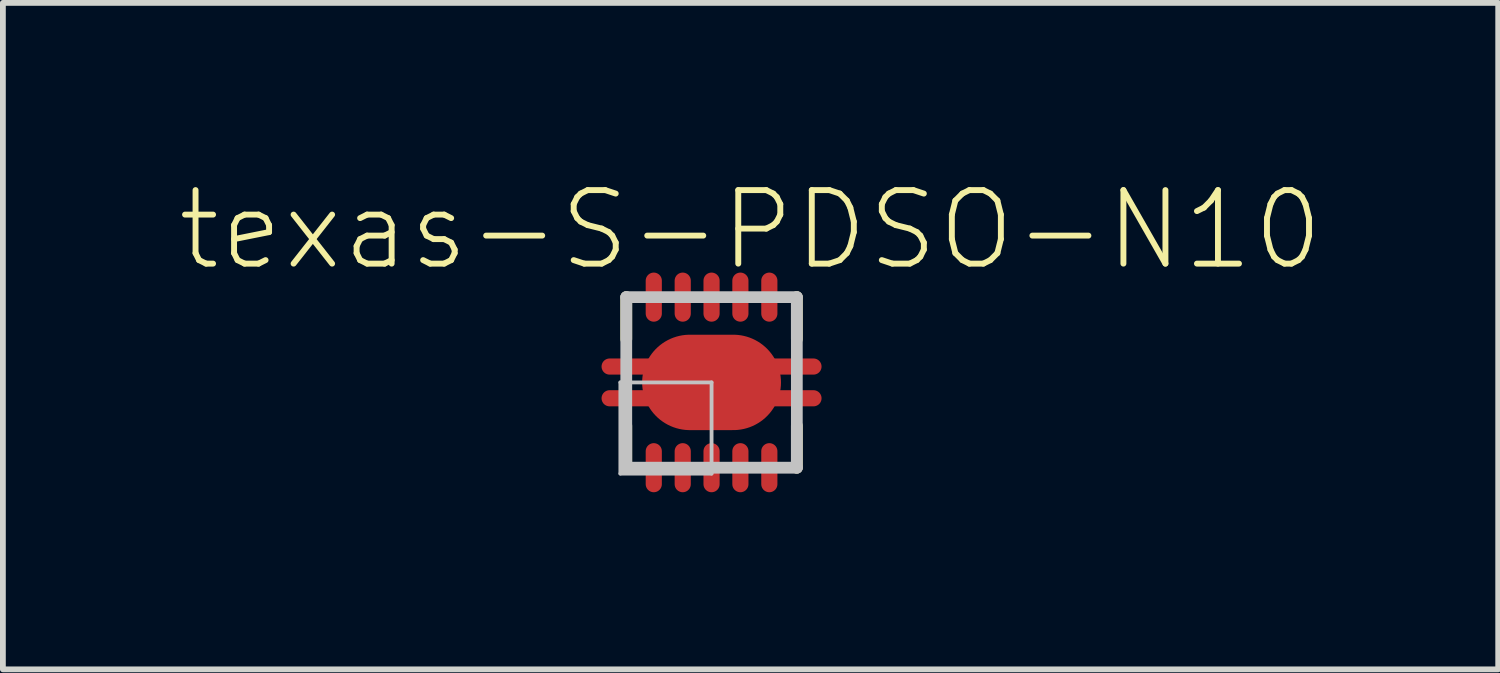
<source format=kicad_pcb>
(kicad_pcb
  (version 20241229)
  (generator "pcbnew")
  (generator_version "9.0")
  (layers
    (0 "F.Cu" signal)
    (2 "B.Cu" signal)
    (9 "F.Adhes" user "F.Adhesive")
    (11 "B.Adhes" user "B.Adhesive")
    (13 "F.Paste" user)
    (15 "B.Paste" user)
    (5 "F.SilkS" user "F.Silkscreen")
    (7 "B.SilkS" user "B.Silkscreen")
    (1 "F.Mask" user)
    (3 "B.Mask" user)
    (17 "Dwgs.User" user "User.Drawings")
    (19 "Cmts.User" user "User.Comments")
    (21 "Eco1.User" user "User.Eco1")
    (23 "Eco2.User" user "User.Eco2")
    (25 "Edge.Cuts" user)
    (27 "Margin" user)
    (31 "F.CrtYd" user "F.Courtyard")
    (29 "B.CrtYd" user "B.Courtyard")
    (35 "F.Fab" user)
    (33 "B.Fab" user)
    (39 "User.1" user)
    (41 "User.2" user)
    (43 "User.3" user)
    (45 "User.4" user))
  (footprint "texas-S-PDSO-N10"
    (layer "F.Cu")
    (at 9.24 3.555)
    (property "Reference" "texas-S-PDSO-N10" (at 0.673 -2.634 0) (layer "F.SilkS") (effects (font (size 1.27 1.27) (thickness 0.102))))
    (attr smd)
    (fp_line (start -1.923 -0.424) (end -1.323 -0.424) (stroke (width 0.066) (type solid)) (layer "F.Mask"))
    (fp_line (start -1.923 -0.124) (end -1.923 -0.424) (stroke (width 0.066) (type solid)) (layer "F.Mask"))
    (fp_line (start -1.923 -0.124) (end -1.323 -0.124) (stroke (width 0.066) (type solid)) (layer "F.Mask"))
    (fp_line (start -1.923 0.124) (end -1.323 0.124) (stroke (width 0.066) (type solid)) (layer "F.Mask"))
    (fp_line (start -1.923 0.424) (end -1.923 0.124) (stroke (width 0.066) (type solid)) (layer "F.Mask"))
    (fp_line (start -1.923 0.424) (end -1.323 0.424) (stroke (width 0.066) (type solid)) (layer "F.Mask"))
    (fp_line (start -1.323 -0.124) (end -1.323 -0.424) (stroke (width 0.066) (type solid)) (layer "F.Mask"))
    (fp_line (start -1.323 0.424) (end -1.323 0.124) (stroke (width 0.066) (type solid)) (layer "F.Mask"))
    (fp_line (start -1.224 -0.848) (end 1.224 -0.848) (stroke (width 0.066) (type solid)) (layer "F.Mask"))
    (fp_line (start -1.224 0.848) (end -1.224 -0.848) (stroke (width 0.066) (type solid)) (layer "F.Mask"))
    (fp_line (start -1.224 0.848) (end 1.224 0.848) (stroke (width 0.066) (type solid)) (layer "F.Mask"))
    (fp_line (start -1.173 -1.923) (end -0.823 -1.923) (stroke (width 0.066) (type solid)) (layer "F.Mask"))
    (fp_line (start -1.173 -1.163) (end -1.173 -1.923) (stroke (width 0.066) (type solid)) (layer "F.Mask"))
    (fp_line (start -1.173 -1.163) (end -0.823 -1.163) (stroke (width 0.066) (type solid)) (layer "F.Mask"))
    (fp_line (start -1.173 1.163) (end -0.823 1.163) (stroke (width 0.066) (type solid)) (layer "F.Mask"))
    (fp_line (start -1.173 1.923) (end -1.173 1.163) (stroke (width 0.066) (type solid)) (layer "F.Mask"))
    (fp_line (start -1.173 1.923) (end -0.823 1.923) (stroke (width 0.066) (type solid)) (layer "F.Mask"))
    (fp_line (start -0.823 -1.163) (end -0.823 -1.923) (stroke (width 0.066) (type solid)) (layer "F.Mask"))
    (fp_line (start -0.823 1.923) (end -0.823 1.163) (stroke (width 0.066) (type solid)) (layer "F.Mask"))
    (fp_line (start -0.673 -1.923) (end -0.323 -1.923) (stroke (width 0.066) (type solid)) (layer "F.Mask"))
    (fp_line (start -0.673 -1.163) (end -0.673 -1.923) (stroke (width 0.066) (type solid)) (layer "F.Mask"))
    (fp_line (start -0.673 -1.163) (end -0.323 -1.163) (stroke (width 0.066) (type solid)) (layer "F.Mask"))
    (fp_line (start -0.673 1.163) (end -0.323 1.163) (stroke (width 0.066) (type solid)) (layer "F.Mask"))
    (fp_line (start -0.673 1.923) (end -0.673 1.163) (stroke (width 0.066) (type solid)) (layer "F.Mask"))
    (fp_line (start -0.673 1.923) (end -0.323 1.923) (stroke (width 0.066) (type solid)) (layer "F.Mask"))
    (fp_line (start -0.323 -1.163) (end -0.323 -1.923) (stroke (width 0.066) (type solid)) (layer "F.Mask"))
    (fp_line (start -0.323 1.923) (end -0.323 1.163) (stroke (width 0.066) (type solid)) (layer "F.Mask"))
    (fp_line (start -0.173 -1.923) (end 0.173 -1.923) (stroke (width 0.066) (type solid)) (layer "F.Mask"))
    (fp_line (start -0.173 -1.163) (end -0.173 -1.923) (stroke (width 0.066) (type solid)) (layer "F.Mask"))
    (fp_line (start -0.173 -1.163) (end 0.173 -1.163) (stroke (width 0.066) (type solid)) (layer "F.Mask"))
    (fp_line (start -0.173 1.163) (end 0.173 1.163) (stroke (width 0.066) (type solid)) (layer "F.Mask"))
    (fp_line (start -0.173 1.923) (end -0.173 1.163) (stroke (width 0.066) (type solid)) (layer "F.Mask"))
    (fp_line (start -0.173 1.923) (end 0.173 1.923) (stroke (width 0.066) (type solid)) (layer "F.Mask"))
    (fp_line (start 0.173 -1.163) (end 0.173 -1.923) (stroke (width 0.066) (type solid)) (layer "F.Mask"))
    (fp_line (start 0.173 1.923) (end 0.173 1.163) (stroke (width 0.066) (type solid)) (layer "F.Mask"))
    (fp_line (start 0.323 -1.923) (end 0.673 -1.923) (stroke (width 0.066) (type solid)) (layer "F.Mask"))
    (fp_line (start 0.323 -1.163) (end 0.323 -1.923) (stroke (width 0.066) (type solid)) (layer "F.Mask"))
    (fp_line (start 0.323 -1.163) (end 0.673 -1.163) (stroke (width 0.066) (type solid)) (layer "F.Mask"))
    (fp_line (start 0.323 1.163) (end 0.673 1.163) (stroke (width 0.066) (type solid)) (layer "F.Mask"))
    (fp_line (start 0.323 1.923) (end 0.323 1.163) (stroke (width 0.066) (type solid)) (layer "F.Mask"))
    (fp_line (start 0.323 1.923) (end 0.673 1.923) (stroke (width 0.066) (type solid)) (layer "F.Mask"))
    (fp_line (start 0.673 -1.163) (end 0.673 -1.923) (stroke (width 0.066) (type solid)) (layer "F.Mask"))
    (fp_line (start 0.673 1.923) (end 0.673 1.163) (stroke (width 0.066) (type solid)) (layer "F.Mask"))
    (fp_line (start 0.823 -1.923) (end 1.173 -1.923) (stroke (width 0.066) (type solid)) (layer "F.Mask"))
    (fp_line (start 0.823 -1.163) (end 0.823 -1.923) (stroke (width 0.066) (type solid)) (layer "F.Mask"))
    (fp_line (start 0.823 -1.163) (end 1.173 -1.163) (stroke (width 0.066) (type solid)) (layer "F.Mask"))
    (fp_line (start 0.823 1.163) (end 1.173 1.163) (stroke (width 0.066) (type solid)) (layer "F.Mask"))
    (fp_line (start 0.823 1.923) (end 0.823 1.163) (stroke (width 0.066) (type solid)) (layer "F.Mask"))
    (fp_line (start 0.823 1.923) (end 1.173 1.923) (stroke (width 0.066) (type solid)) (layer "F.Mask"))
    (fp_line (start 1.173 -1.163) (end 1.173 -1.923) (stroke (width 0.066) (type solid)) (layer "F.Mask"))
    (fp_line (start 1.173 1.923) (end 1.173 1.163) (stroke (width 0.066) (type solid)) (layer "F.Mask"))
    (fp_line (start 1.224 0.848) (end 1.224 -0.848) (stroke (width 0.066) (type solid)) (layer "F.Mask"))
    (fp_line (start 1.323 -0.424) (end 1.923 -0.424) (stroke (width 0.066) (type solid)) (layer "F.Mask"))
    (fp_line (start 1.323 -0.124) (end 1.323 -0.424) (stroke (width 0.066) (type solid)) (layer "F.Mask"))
    (fp_line (start 1.323 -0.124) (end 1.923 -0.124) (stroke (width 0.066) (type solid)) (layer "F.Mask"))
    (fp_line (start 1.323 0.124) (end 1.923 0.124) (stroke (width 0.066) (type solid)) (layer "F.Mask"))
    (fp_line (start 1.323 0.424) (end 1.323 0.124) (stroke (width 0.066) (type solid)) (layer "F.Mask"))
    (fp_line (start 1.323 0.424) (end 1.923 0.424) (stroke (width 0.066) (type solid)) (layer "F.Mask"))
    (fp_line (start 1.923 -0.124) (end 1.923 -0.424) (stroke (width 0.066) (type solid)) (layer "F.Mask"))
    (fp_line (start 1.923 0.424) (end 1.923 0.124) (stroke (width 0.066) (type solid)) (layer "F.Mask"))
    (fp_circle (center -0.998 -1.163) (end -0.998 -1.336) (stroke (width 0.1) (type solid)) (fill no) (layer "F.Mask"))
    (fp_circle (center -0.998 1.163) (end -0.998 0.991) (stroke (width 0.1) (type solid)) (fill no) (layer "F.Mask"))
    (fp_circle (center -0.498 -1.163) (end -0.498 -1.336) (stroke (width 0.1) (type solid)) (fill no) (layer "F.Mask"))
    (fp_circle (center -0.498 1.163) (end -0.498 0.991) (stroke (width 0.1) (type solid)) (fill no) (layer "F.Mask"))
    (fp_circle (center 0 -1.163) (end 0 -1.336) (stroke (width 0.1) (type solid)) (fill no) (layer "F.Mask"))
    (fp_circle (center 0 1.163) (end 0 0.991) (stroke (width 0.1) (type solid)) (fill no) (layer "F.Mask"))
    (fp_circle (center 0.498 -1.163) (end 0.498 -1.336) (stroke (width 0.1) (type solid)) (fill no) (layer "F.Mask"))
    (fp_circle (center 0.498 1.163) (end 0.498 0.991) (stroke (width 0.1) (type solid)) (fill no) (layer "F.Mask"))
    (fp_circle (center 0.998 -1.163) (end 0.998 -1.336) (stroke (width 0.1) (type solid)) (fill no) (layer "F.Mask"))
    (fp_circle (center 0.998 1.163) (end 0.998 0.991) (stroke (width 0.1) (type solid)) (fill no) (layer "F.Mask"))
    (fp_line (start -1.473 -0.747) (end -1.473 -1.473) (stroke (width 0.203) (type solid)) (layer "F.SilkS"))
    (fp_line (start -1.473 1.473) (end -1.473 0.747) (stroke (width 0.203) (type solid)) (layer "F.SilkS"))
    (fp_line (start 1.473 -1.473) (end 1.473 -0.747) (stroke (width 0.203) (type solid)) (layer "F.SilkS"))
    (fp_line (start 1.473 0.747) (end 1.473 1.473) (stroke (width 0.203) (type solid)) (layer "F.SilkS"))
    (fp_line (start -1.9 -0.399) (end -1.323 -0.399) (stroke (width 0.066) (type solid)) (layer "F.Paste"))
    (fp_line (start -1.9 -0.15) (end -1.9 -0.399) (stroke (width 0.066) (type solid)) (layer "F.Paste"))
    (fp_line (start -1.9 -0.15) (end -1.323 -0.15) (stroke (width 0.066) (type solid)) (layer "F.Paste"))
    (fp_line (start -1.9 0.15) (end -1.323 0.15) (stroke (width 0.066) (type solid)) (layer "F.Paste"))
    (fp_line (start -1.9 0.399) (end -1.9 0.15) (stroke (width 0.066) (type solid)) (layer "F.Paste"))
    (fp_line (start -1.9 0.399) (end -1.323 0.399) (stroke (width 0.066) (type solid)) (layer "F.Paste"))
    (fp_line (start -1.323 -0.15) (end -1.323 -0.399) (stroke (width 0.066) (type solid)) (layer "F.Paste"))
    (fp_line (start -1.323 0.399) (end -1.323 0.15) (stroke (width 0.066) (type solid)) (layer "F.Paste"))
    (fp_line (start -1.173 -0.15) (end -0.15 -0.15) (stroke (width 0.066) (type solid)) (layer "F.Paste"))
    (fp_line (start -1.173 0.15) (end -0.15 0.15) (stroke (width 0.066) (type solid)) (layer "F.Paste"))
    (fp_line (start -0.841 -1.392) (end -0.841 -1.621) (stroke (width 0.066) (type solid)) (layer "F.Paste"))
    (fp_line (start -0.841 1.621) (end -0.841 1.392) (stroke (width 0.066) (type solid)) (layer "F.Paste"))
    (fp_line (start -0.655 -1.392) (end -0.655 -1.621) (stroke (width 0.066) (type solid)) (layer "F.Paste"))
    (fp_line (start -0.655 1.621) (end -0.655 1.392) (stroke (width 0.066) (type solid)) (layer "F.Paste"))
    (fp_line (start -0.34 -1.392) (end -0.34 -1.621) (stroke (width 0.066) (type solid)) (layer "F.Paste"))
    (fp_line (start -0.34 1.621) (end -0.34 1.392) (stroke (width 0.066) (type solid)) (layer "F.Paste"))
    (fp_line (start -0.157 -1.392) (end -0.157 -1.621) (stroke (width 0.066) (type solid)) (layer "F.Paste"))
    (fp_line (start -0.157 1.621) (end -0.157 1.392) (stroke (width 0.066) (type solid)) (layer "F.Paste"))
    (fp_line (start -0.15 -0.15) (end -0.15 -0.798) (stroke (width 0.066) (type solid)) (layer "F.Paste"))
    (fp_line (start -0.15 0.798) (end -0.15 0.15) (stroke (width 0.066) (type solid)) (layer "F.Paste"))
    (fp_line (start 0.15 -0.15) (end 0.15 -0.798) (stroke (width 0.066) (type solid)) (layer "F.Paste"))
    (fp_line (start 0.15 -0.15) (end 1.173 -0.15) (stroke (width 0.066) (type solid)) (layer "F.Paste"))
    (fp_line (start 0.15 0.15) (end 1.173 0.15) (stroke (width 0.066) (type solid)) (layer "F.Paste"))
    (fp_line (start 0.15 0.798) (end 0.15 0.15) (stroke (width 0.066) (type solid)) (layer "F.Paste"))
    (fp_line (start 0.157 -1.392) (end 0.157 -1.621) (stroke (width 0.066) (type solid)) (layer "F.Paste"))
    (fp_line (start 0.157 1.621) (end 0.157 1.392) (stroke (width 0.066) (type solid)) (layer "F.Paste"))
    (fp_line (start 0.34 -1.392) (end 0.34 -1.621) (stroke (width 0.066) (type solid)) (layer "F.Paste"))
    (fp_line (start 0.34 1.621) (end 0.34 1.392) (stroke (width 0.066) (type solid)) (layer "F.Paste"))
    (fp_line (start 0.655 -1.392) (end 0.655 -1.621) (stroke (width 0.066) (type solid)) (layer "F.Paste"))
    (fp_line (start 0.655 1.621) (end 0.655 1.392) (stroke (width 0.066) (type solid)) (layer "F.Paste"))
    (fp_line (start 0.841 -1.392) (end 0.841 -1.621) (stroke (width 0.066) (type solid)) (layer "F.Paste"))
    (fp_line (start 0.841 1.621) (end 0.841 1.392) (stroke (width 0.066) (type solid)) (layer "F.Paste"))
    (fp_line (start 1.323 -0.399) (end 1.9 -0.399) (stroke (width 0.066) (type solid)) (layer "F.Paste"))
    (fp_line (start 1.323 -0.15) (end 1.323 -0.399) (stroke (width 0.066) (type solid)) (layer "F.Paste"))
    (fp_line (start 1.323 -0.15) (end 1.9 -0.15) (stroke (width 0.066) (type solid)) (layer "F.Paste"))
    (fp_line (start 1.323 0.15) (end 1.9 0.15) (stroke (width 0.066) (type solid)) (layer "F.Paste"))
    (fp_line (start 1.323 0.399) (end 1.323 0.15) (stroke (width 0.066) (type solid)) (layer "F.Paste"))
    (fp_line (start 1.323 0.399) (end 1.9 0.399) (stroke (width 0.066) (type solid)) (layer "F.Paste"))
    (fp_line (start 1.9 -0.15) (end 1.9 -0.399) (stroke (width 0.066) (type solid)) (layer "F.Paste"))
    (fp_line (start 1.9 0.399) (end 1.9 0.15) (stroke (width 0.066) (type solid)) (layer "F.Paste"))
    (fp_circle (center -0.998 -1.163) (end -0.998 -1.278) (stroke (width 0.1) (type solid)) (fill no) (layer "F.Paste"))
    (fp_circle (center -0.998 1.163) (end -0.998 1.049) (stroke (width 0.1) (type solid)) (fill no) (layer "F.Paste"))
    (fp_circle (center -0.498 -1.163) (end -0.498 -1.278) (stroke (width 0.1) (type solid)) (fill no) (layer "F.Paste"))
    (fp_circle (center -0.498 1.163) (end -0.498 1.049) (stroke (width 0.1) (type solid)) (fill no) (layer "F.Paste"))
    (fp_circle (center 0 -1.163) (end 0 -1.278) (stroke (width 0.1) (type solid)) (fill no) (layer "F.Paste"))
    (fp_circle (center 0 1.163) (end 0 1.049) (stroke (width 0.1) (type solid)) (fill no) (layer "F.Paste"))
    (fp_circle (center 0.498 -1.163) (end 0.498 -1.278) (stroke (width 0.1) (type solid)) (fill no) (layer "F.Paste"))
    (fp_circle (center 0.498 1.163) (end 0.498 1.049) (stroke (width 0.1) (type solid)) (fill no) (layer "F.Paste"))
    (fp_circle (center 0.998 -1.163) (end 0.998 -1.278) (stroke (width 0.1) (type solid)) (fill no) (layer "F.Paste"))
    (fp_circle (center 0.998 1.163) (end 0.998 1.049) (stroke (width 0.1) (type solid)) (fill no) (layer "F.Paste"))
    (fp_line (start -1.575 0) (end 0 0) (stroke (width 0.066) (type solid)) (layer "Dwgs.User"))
    (fp_line (start -1.575 1.575) (end -1.575 0) (stroke (width 0.066) (type solid)) (layer "Dwgs.User"))
    (fp_line (start -1.575 1.575) (end 0 1.575) (stroke (width 0.066) (type solid)) (layer "Dwgs.User"))
    (fp_line (start -1.473 -1.473) (end 1.473 -1.473) (stroke (width 0.203) (type solid)) (layer "Dwgs.User"))
    (fp_line (start -1.473 1.473) (end -1.473 -1.473) (stroke (width 0.203) (type solid)) (layer "Dwgs.User"))
    (fp_line (start 0 1.575) (end 0 0) (stroke (width 0.066) (type solid)) (layer "Dwgs.User"))
    (fp_line (start 1.473 -1.473) (end 1.473 1.473) (stroke (width 0.203) (type solid)) (layer "Dwgs.User"))
    (fp_line (start 1.473 1.473) (end -1.473 1.473) (stroke (width 0.203) (type solid)) (layer "Dwgs.User"))
    (pad "1" smd oval (at -0.998 1.473 90) (size 0.848 0.279) (layers "F.Cu" "F.Mask" "F.Paste"))
    (pad "2" smd oval (at -0.498 1.473 90) (size 0.848 0.279) (layers "F.Cu" "F.Mask" "F.Paste"))
    (pad "3" smd oval (at 0 1.473 90) (size 0.848 0.279) (layers "F.Cu" "F.Mask" "F.Paste"))
    (pad "4" smd oval (at 0.498 1.473 90) (size 0.848 0.279) (layers "F.Cu" "F.Mask" "F.Paste"))
    (pad "5" smd oval (at 0.998 1.473 90) (size 0.848 0.279) (layers "F.Cu" "F.Mask" "F.Paste"))
    (pad "6" smd oval (at 0.998 -1.473 270) (size 0.848 0.279) (layers "F.Cu" "F.Mask" "F.Paste"))
    (pad "7" smd oval (at 0.498 -1.473 270) (size 0.848 0.279) (layers "F.Cu" "F.Mask" "F.Paste"))
    (pad "8" smd oval (at 0 -1.473 270) (size 0.848 0.279) (layers "F.Cu" "F.Mask" "F.Paste"))
    (pad "9" smd oval (at -0.498 -1.473 270) (size 0.848 0.279) (layers "F.Cu" "F.Mask" "F.Paste"))
    (pad "10" smd oval (at -0.998 -1.473 270) (size 0.848 0.279) (layers "F.Cu" "F.Mask" "F.Paste"))
    (pad "PP" smd oval (at 0 0) (size 2.398 1.648) (layers "F.Cu" "F.Mask" "F.Paste"))
    (pad "PP@1" smd oval (at 0 -0.274) (size 3.8 0.279) (layers "F.Cu" "F.Mask" "F.Paste"))
    (pad "PP@2" smd oval (at 0 0.274) (size 3.8 0.279) (layers "F.Cu" "F.Mask" "F.Paste")))
  (gr_rect
    (start -3 -3)
    (end 22.827 8.511)
    (stroke (width 0.1) (type default))
    (fill no)
    (layer "Edge.Cuts")))
</source>
